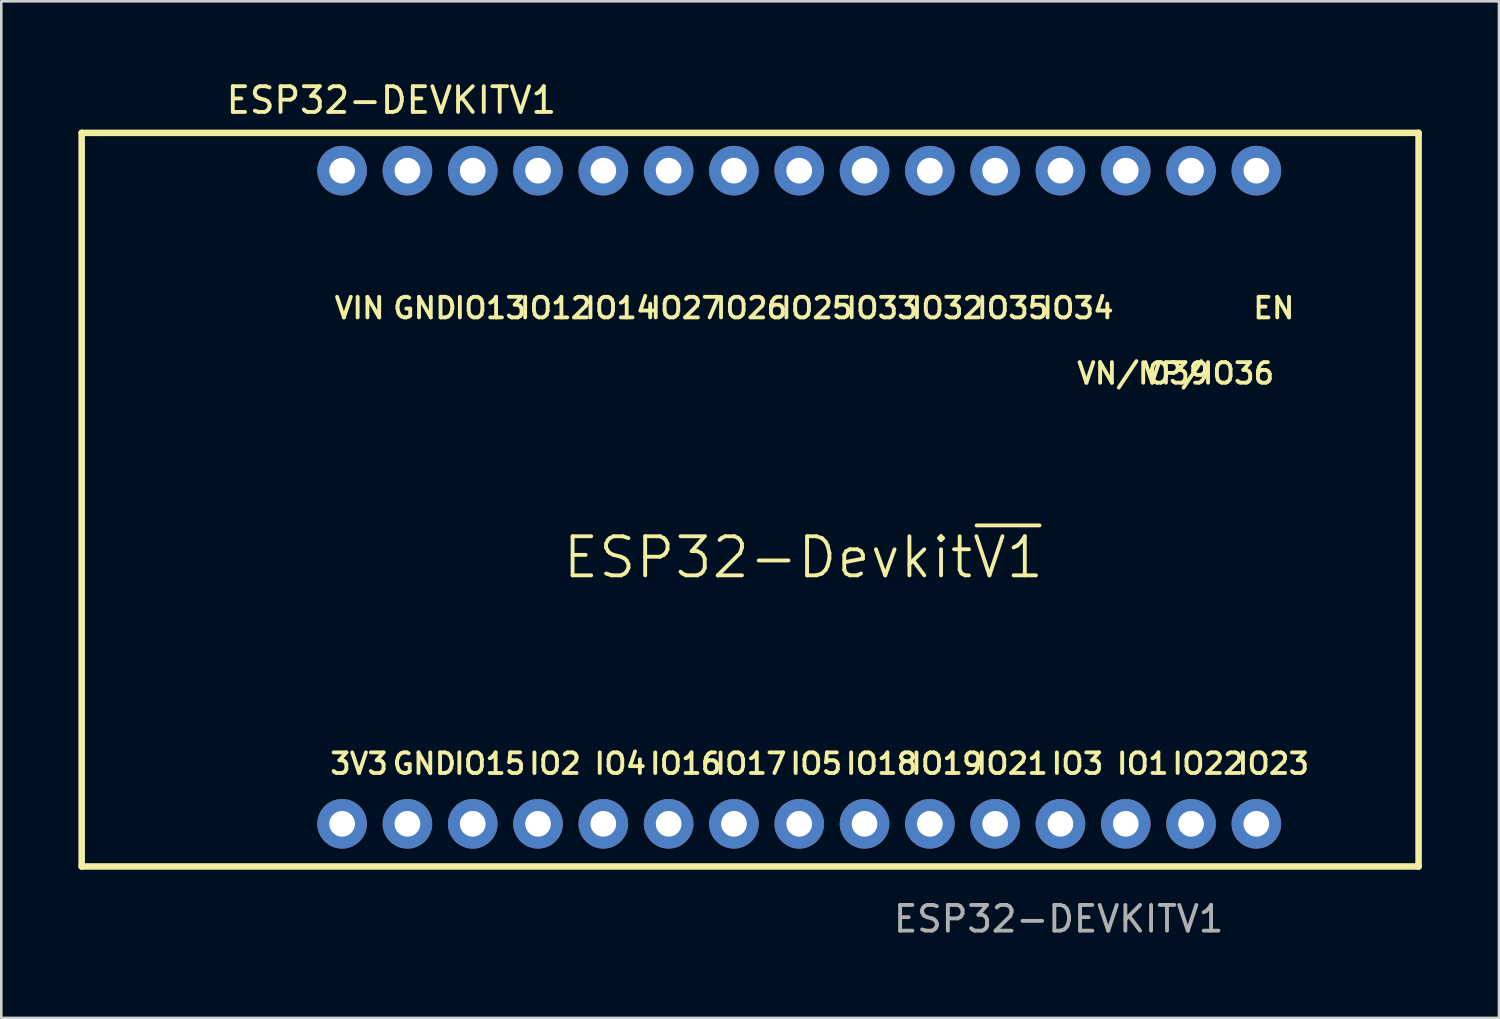
<source format=kicad_pcb>
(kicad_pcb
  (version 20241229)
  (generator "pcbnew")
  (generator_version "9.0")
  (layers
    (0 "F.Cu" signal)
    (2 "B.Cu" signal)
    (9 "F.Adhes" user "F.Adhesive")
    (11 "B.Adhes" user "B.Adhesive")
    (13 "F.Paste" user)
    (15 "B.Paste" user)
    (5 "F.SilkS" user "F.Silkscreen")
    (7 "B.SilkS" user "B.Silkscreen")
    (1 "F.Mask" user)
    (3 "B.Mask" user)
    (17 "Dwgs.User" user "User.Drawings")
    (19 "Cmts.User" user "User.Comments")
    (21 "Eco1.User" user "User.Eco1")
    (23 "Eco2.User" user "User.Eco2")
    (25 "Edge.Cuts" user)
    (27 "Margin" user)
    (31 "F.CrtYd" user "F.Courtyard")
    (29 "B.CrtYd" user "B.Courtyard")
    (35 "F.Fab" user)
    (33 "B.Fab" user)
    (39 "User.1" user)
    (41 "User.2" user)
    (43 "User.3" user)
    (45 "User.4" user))
  (footprint "ESP32-DEVKITV1"
    (layer "F.Cu")
    (at 26.777 16.723)
    (property "Reference" "ESP32-DEVKITV1" (at -14.605 -15.875 0) (layer "F.SilkS") (effects (font (size 1 1) (thickness 0.15))))
    (attr through_hole)
    (fp_line (start -26.65 -14.605) (end 25.35 -14.605) (stroke (width 0.254) (type solid)) (layer "F.SilkS"))
    (fp_line (start -26.65 13.93) (end -26.65 -14.605) (stroke (width 0.254) (type solid)) (layer "F.SilkS"))
    (fp_line (start 25.35 -14.605) (end 25.35 13.93) (stroke (width 0.254) (type solid)) (layer "F.SilkS"))
    (fp_line (start 25.35 13.93) (end -26.65 13.93) (stroke (width 0.254) (type solid)) (layer "F.SilkS"))
    (fp_text user "IO32" (at 7.02 -7.79 0) (layer "F.SilkS") (effects (font (size 0.8 0.8) (thickness 0.15))))
    (fp_text user "3V3" (at -15.86 9.93 0) (layer "F.SilkS") (effects (font (size 0.8 0.8) (thickness 0.15))))
    (fp_text user "EN" (at 19.72 -7.79 0) (layer "F.SilkS") (effects (font (size 0.8 0.8) (thickness 0.15))))
    (fp_text user "IO21" (at 9.54 9.93 0) (layer "F.SilkS") (effects (font (size 0.8 0.8) (thickness 0.15))))
    (fp_text user "IO34" (at 12.1 -7.79 0) (layer "F.SilkS") (effects (font (size 0.8 0.8) (thickness 0.15))))
    (fp_text user "IO23" (at 19.7 9.93 0) (layer "F.SilkS") (effects (font (size 0.8 0.8) (thickness 0.15))))
    (fp_text user "IO18" (at 4.46 9.93 0) (layer "F.SilkS") (effects (font (size 0.8 0.8) (thickness 0.15))))
    (fp_text user "IO26" (at -0.6 -7.79 0) (layer "F.SilkS") (effects (font (size 0.8 0.8) (thickness 0.15))))
    (fp_text user "IO1" (at 14.62 9.93 0) (layer "F.SilkS") (effects (font (size 0.8 0.8) (thickness 0.15))))
    (fp_text user "VP/IO36" (at 17.18 -5.25 0) (layer "F.SilkS") (effects (font (size 0.8 0.8) (thickness 0.15))))
    (fp_text user "IO12" (at -8.22 -7.79 0) (layer "F.SilkS") (effects (font (size 0.8 0.8) (thickness 0.15))))
    (fp_text user "IO19" (at 7 9.93 0) (layer "F.SilkS") (effects (font (size 0.8 0.8) (thickness 0.15))))
    (fp_text user "IO3" (at 12.08 9.93 0) (layer "F.SilkS") (effects (font (size 0.8 0.8) (thickness 0.15))))
    (fp_text user "IO33" (at 4.48 -7.79 0) (layer "F.SilkS") (effects (font (size 0.8 0.8) (thickness 0.15))))
    (fp_text user "ESP32-Devkit~{V1}" (at 1.42 1.91 0) (layer "F.SilkS") (effects (font (size 1.52 1.52) (thickness 0.15))))
    (fp_text user "IO17" (at -0.62 9.93 0) (layer "F.SilkS") (effects (font (size 0.8 0.8) (thickness 0.15))))
    (fp_text user "IO35" (at 9.56 -7.79 0) (layer "F.SilkS") (effects (font (size 0.8 0.8) (thickness 0.15))))
    (fp_text user "IO15" (at -10.78 9.93 0) (layer "F.SilkS") (effects (font (size 0.8 0.8) (thickness 0.15))))
    (fp_text user "IO25" (at 1.94 -7.79 0) (layer "F.SilkS") (effects (font (size 0.8 0.8) (thickness 0.15))))
    (fp_text user "VIN" (at -15.84 -7.79 0) (layer "F.SilkS") (effects (font (size 0.8 0.8) (thickness 0.15))))
    (fp_text user "IO22" (at 17.16 9.93 0) (layer "F.SilkS") (effects (font (size 0.8 0.8) (thickness 0.15))))
    (fp_text user "GND" (at -13.3 -7.79 0) (layer "F.SilkS") (effects (font (size 0.8 0.8) (thickness 0.15))))
    (fp_text user "IO5" (at 1.92 9.93 0) (layer "F.SilkS") (effects (font (size 0.8 0.8) (thickness 0.15))))
    (fp_text user "IO2" (at -8.24 9.93 0) (layer "F.SilkS") (effects (font (size 0.8 0.8) (thickness 0.15))))
    (fp_text user "IO16" (at -3.16 9.93 0) (layer "F.SilkS") (effects (font (size 0.8 0.8) (thickness 0.15))))
    (fp_text user "IO14" (at -5.68 -7.79 0) (layer "F.SilkS") (effects (font (size 0.8 0.8) (thickness 0.15))))
    (fp_text user "GND" (at -13.32 9.93 0) (layer "F.SilkS") (effects (font (size 0.8 0.8) (thickness 0.15))))
    (fp_text user "IO13" (at -10.76 -7.79 0) (layer "F.SilkS") (effects (font (size 0.8 0.8) (thickness 0.15))))
    (fp_text user "IO4" (at -5.7 9.93 0) (layer "F.SilkS") (effects (font (size 0.8 0.8) (thickness 0.15))))
    (fp_text user "IO27" (at -3.14 -7.79 0) (layer "F.SilkS") (effects (font (size 0.8 0.8) (thickness 0.15))))
    (fp_text user "VN/IO39" (at 14.64 -5.25 0) (layer "F.SilkS") (effects (font (size 0.8 0.8) (thickness 0.15))))
    (fp_text user "ESP32-DEVKITV1" (at 11.35 15.97 0) (layer "F.Fab") (effects (font (size 1 1) (thickness 0.15))))
    (pad "3V3" thru_hole circle (at -16.52 12.27) (size 1.93 1.93) (drill 1) (layers "*.Cu" "*.Mask"))
    (pad "D1" thru_hole circle (at 13.96 12.27) (size 1.93 1.93) (drill 1) (layers "*.Cu" "*.Mask"))
    (pad "D2" thru_hole circle (at -8.9 12.27) (size 1.93 1.93) (drill 1) (layers "*.Cu" "*.Mask"))
    (pad "D3" thru_hole circle (at 11.42 12.27) (size 1.93 1.93) (drill 1) (layers "*.Cu" "*.Mask"))
    (pad "D4" thru_hole circle (at -6.36 12.27) (size 1.93 1.93) (drill 1) (layers "*.Cu" "*.Mask"))
    (pad "D5" thru_hole circle (at 1.26 12.27) (size 1.93 1.93) (drill 1) (layers "*.Cu" "*.Mask"))
    (pad "D12" thru_hole circle (at -8.9 -13.135) (size 1.93 1.93) (drill 1) (layers "*.Cu" "*.Mask"))
    (pad "D13" thru_hole circle (at -11.44 -13.135) (size 1.93 1.93) (drill 1) (layers "*.Cu" "*.Mask"))
    (pad "D14" thru_hole circle (at -6.36 -13.135) (size 1.93 1.93) (drill 1) (layers "*.Cu" "*.Mask"))
    (pad "D15" thru_hole circle (at -11.44 12.27) (size 1.93 1.93) (drill 1) (layers "*.Cu" "*.Mask"))
    (pad "D16" thru_hole circle (at -3.82 12.27) (size 1.93 1.93) (drill 1) (layers "*.Cu" "*.Mask"))
    (pad "D17" thru_hole circle (at -1.28 12.27) (size 1.93 1.93) (drill 1) (layers "*.Cu" "*.Mask"))
    (pad "D18" thru_hole circle (at 3.8 12.27) (size 1.93 1.93) (drill 1) (layers "*.Cu" "*.Mask"))
    (pad "D19" thru_hole circle (at 6.34 12.27) (size 1.93 1.93) (drill 1) (layers "*.Cu" "*.Mask"))
    (pad "D21" thru_hole circle (at 8.88 12.27) (size 1.93 1.93) (drill 1) (layers "*.Cu" "*.Mask"))
    (pad "D22" thru_hole circle (at 16.5 12.27) (size 1.93 1.93) (drill 1) (layers "*.Cu" "*.Mask"))
    (pad "D23" thru_hole circle (at 19.04 12.27) (size 1.93 1.93) (drill 1) (layers "*.Cu" "*.Mask"))
    (pad "D25" thru_hole circle (at 1.26 -13.135) (size 1.93 1.93) (drill 1) (layers "*.Cu" "*.Mask"))
    (pad "D26" thru_hole circle (at -1.28 -13.135) (size 1.93 1.93) (drill 1) (layers "*.Cu" "*.Mask"))
    (pad "D27" thru_hole circle (at -3.82 -13.135) (size 1.93 1.93) (drill 1) (layers "*.Cu" "*.Mask"))
    (pad "D32" thru_hole circle (at 6.34 -13.135) (size 1.93 1.93) (drill 1) (layers "*.Cu" "*.Mask"))
    (pad "D33" thru_hole circle (at 3.8 -13.135) (size 1.93 1.93) (drill 1) (layers "*.Cu" "*.Mask"))
    (pad "D34" thru_hole circle (at 11.42 -13.135) (size 1.93 1.93) (drill 1) (layers "*.Cu" "*.Mask"))
    (pad "D35" thru_hole circle (at 8.88 -13.135) (size 1.93 1.93) (drill 1) (layers "*.Cu" "*.Mask"))
    (pad "D36" thru_hole circle (at 16.5 -13.135) (size 1.93 1.93) (drill 1) (layers "*.Cu" "*.Mask"))
    (pad "D39" thru_hole circle (at 13.96 -13.135) (size 1.93 1.93) (drill 1) (layers "*.Cu" "*.Mask"))
    (pad "EN" thru_hole circle (at 19.04 -13.135) (size 1.93 1.93) (drill 1) (layers "*.Cu" "*.Mask"))
    (pad "GND@1" thru_hole circle (at -13.98 -13.135) (size 1.93 1.93) (drill 1) (layers "*.Cu" "*.Mask"))
    (pad "GND@2" thru_hole circle (at -13.98 12.27) (size 1.93 1.93) (drill 1) (layers "*.Cu" "*.Mask"))
    (pad "VIN" thru_hole circle (at -16.52 -13.135) (size 1.93 1.93) (drill 1) (layers "*.Cu" "*.Mask")))
  (gr_rect
    (start -3 -3)
    (end 55.254 36.541)
    (stroke (width 0.1) (type default))
    (fill no)
    (layer "Edge.Cuts")))
</source>
